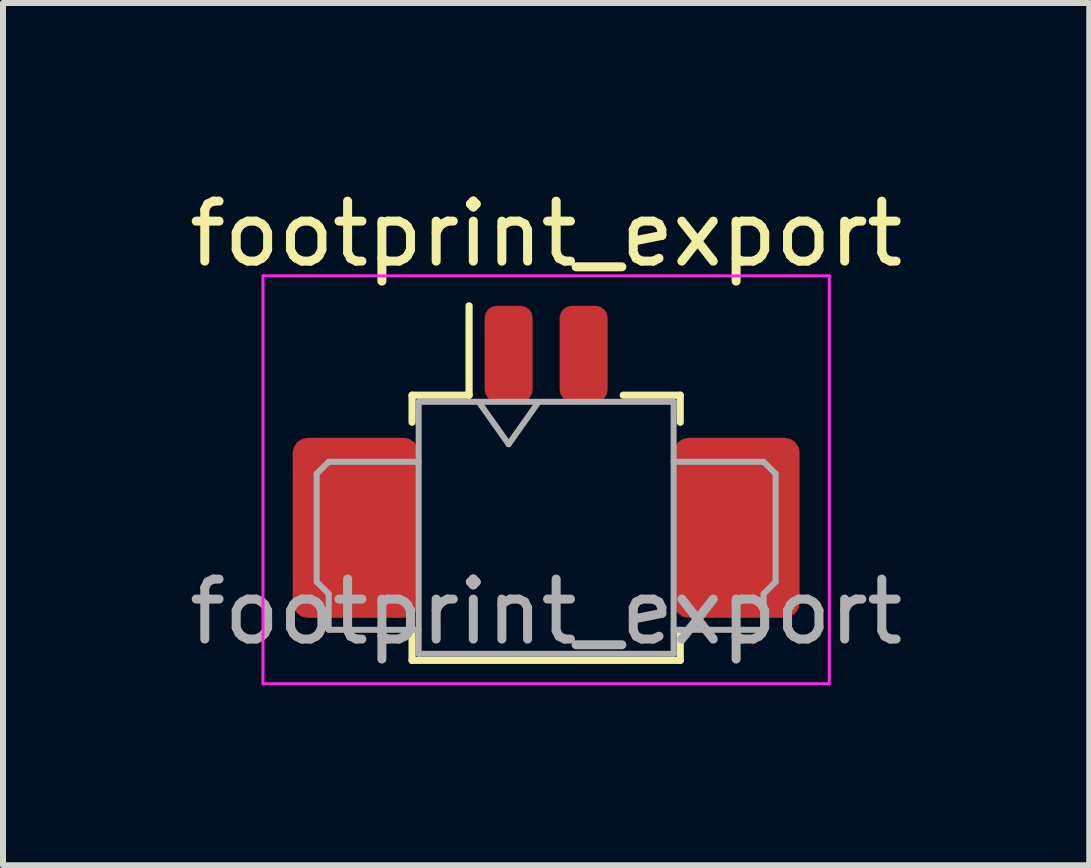
<source format=kicad_pcb>
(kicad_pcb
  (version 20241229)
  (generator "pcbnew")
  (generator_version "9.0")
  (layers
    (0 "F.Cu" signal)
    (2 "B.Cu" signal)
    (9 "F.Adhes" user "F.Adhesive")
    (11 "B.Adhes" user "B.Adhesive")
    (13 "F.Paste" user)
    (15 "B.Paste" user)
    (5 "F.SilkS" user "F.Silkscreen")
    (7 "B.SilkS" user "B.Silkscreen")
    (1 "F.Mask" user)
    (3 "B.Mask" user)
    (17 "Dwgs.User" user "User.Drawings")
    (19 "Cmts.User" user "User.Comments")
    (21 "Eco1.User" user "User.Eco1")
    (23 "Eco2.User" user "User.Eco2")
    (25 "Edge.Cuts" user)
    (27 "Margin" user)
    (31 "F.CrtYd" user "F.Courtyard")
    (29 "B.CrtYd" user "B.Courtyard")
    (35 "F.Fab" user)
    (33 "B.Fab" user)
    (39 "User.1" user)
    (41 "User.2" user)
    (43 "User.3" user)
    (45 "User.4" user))
  (footprint "footprint_export"
    (layer "F.Cu")
    (at 6.054 5.248)
    (property "Reference" "footprint_export" (at 0 -4.4 0) (layer "F.SilkS") (effects (font (size 1 1) (thickness 0.15))))
    (attr smd)
    (fp_line (start -2.235 -1.71) (end -1.285 -1.71) (stroke (width 0.12) (type solid)) (layer "F.SilkS"))
    (fp_line (start -2.235 -1.26) (end -2.235 -1.71) (stroke (width 0.12) (type solid)) (layer "F.SilkS"))
    (fp_line (start -2.235 2.26) (end -2.235 2.71) (stroke (width 0.12) (type solid)) (layer "F.SilkS"))
    (fp_line (start -2.235 2.71) (end 2.235 2.71) (stroke (width 0.12) (type solid)) (layer "F.SilkS"))
    (fp_line (start -1.285 -1.71) (end -1.285 -3.2) (stroke (width 0.12) (type solid)) (layer "F.SilkS"))
    (fp_line (start 2.235 -1.71) (end 1.285 -1.71) (stroke (width 0.12) (type solid)) (layer "F.SilkS"))
    (fp_line (start 2.235 -1.26) (end 2.235 -1.71) (stroke (width 0.12) (type solid)) (layer "F.SilkS"))
    (fp_line (start 2.235 2.71) (end 2.235 2.26) (stroke (width 0.12) (type solid)) (layer "F.SilkS"))
    (fp_line (start -4.72 -3.7) (end -4.72 3.1) (stroke (width 0.05) (type solid)) (layer "F.CrtYd"))
    (fp_line (start -4.72 3.1) (end 4.72 3.1) (stroke (width 0.05) (type solid)) (layer "F.CrtYd"))
    (fp_line (start 4.72 -3.7) (end -4.72 -3.7) (stroke (width 0.05) (type solid)) (layer "F.CrtYd"))
    (fp_line (start 4.72 3.1) (end 4.72 -3.7) (stroke (width 0.05) (type solid)) (layer "F.CrtYd"))
    (fp_line (start -3.825 -0.4) (end -3.825 1.4) (stroke (width 0.1) (type solid)) (layer "F.Fab"))
    (fp_line (start -3.825 1.4) (end -3.625 1.6) (stroke (width 0.1) (type solid)) (layer "F.Fab"))
    (fp_line (start -3.625 -0.6) (end -3.825 -0.4) (stroke (width 0.1) (type solid)) (layer "F.Fab"))
    (fp_line (start -3.625 1.6) (end -3.625 2.2) (stroke (width 0.1) (type solid)) (layer "F.Fab"))
    (fp_line (start -3.625 2.2) (end -2.125 2.2) (stroke (width 0.1) (type solid)) (layer "F.Fab"))
    (fp_line (start -2.125 -1.6) (end -2.125 2.6) (stroke (width 0.1) (type solid)) (layer "F.Fab"))
    (fp_line (start -2.125 -1.6) (end 2.125 -1.6) (stroke (width 0.1) (type solid)) (layer "F.Fab"))
    (fp_line (start -2.125 -0.6) (end -3.625 -0.6) (stroke (width 0.1) (type solid)) (layer "F.Fab"))
    (fp_line (start -2.125 2.6) (end 2.125 2.6) (stroke (width 0.1) (type solid)) (layer "F.Fab"))
    (fp_line (start -1.125 -1.6) (end -0.625 -0.893) (stroke (width 0.1) (type solid)) (layer "F.Fab"))
    (fp_line (start -0.625 -0.893) (end -0.125 -1.6) (stroke (width 0.1) (type solid)) (layer "F.Fab"))
    (fp_line (start 2.125 -1.6) (end 2.125 2.6) (stroke (width 0.1) (type solid)) (layer "F.Fab"))
    (fp_line (start 2.125 -0.6) (end 3.625 -0.6) (stroke (width 0.1) (type solid)) (layer "F.Fab"))
    (fp_line (start 3.625 -0.6) (end 3.825 -0.4) (stroke (width 0.1) (type solid)) (layer "F.Fab"))
    (fp_line (start 3.625 1.6) (end 3.625 2.2) (stroke (width 0.1) (type solid)) (layer "F.Fab"))
    (fp_line (start 3.625 2.2) (end 2.125 2.2) (stroke (width 0.1) (type solid)) (layer "F.Fab"))
    (fp_line (start 3.825 -0.4) (end 3.825 1.4) (stroke (width 0.1) (type solid)) (layer "F.Fab"))
    (fp_line (start 3.825 1.4) (end 3.625 1.6) (stroke (width 0.1) (type solid)) (layer "F.Fab"))
    (fp_text user "${REFERENCE}" (at 0 1.9 0) (layer "F.Fab") (effects (font (size 1 1) (thickness 0.15))))
    (pad "1" smd roundrect (at -0.625 -2.4) (size 0.8 1.6) (layers "F.Cu" "F.Mask" "F.Paste") (roundrect_rratio 0.25))
    (pad "2" smd roundrect (at 0.625 -2.4) (size 0.8 1.6) (layers "F.Cu" "F.Mask" "F.Paste") (roundrect_rratio 0.25))
    (pad "MP" smd roundrect (at -3.175 0.5) (size 2.1 3) (layers "F.Cu" "F.Mask" "F.Paste") (roundrect_rratio 0.119))
    (pad "MP" smd roundrect (at 3.175 0.5) (size 2.1 3) (layers "F.Cu" "F.Mask" "F.Paste") (roundrect_rratio 0.119)))
  (gr_rect
    (start -3 -3)
    (end 15.107 11.373)
    (stroke (width 0.1) (type default))
    (fill no)
    (layer "Edge.Cuts")))
</source>
